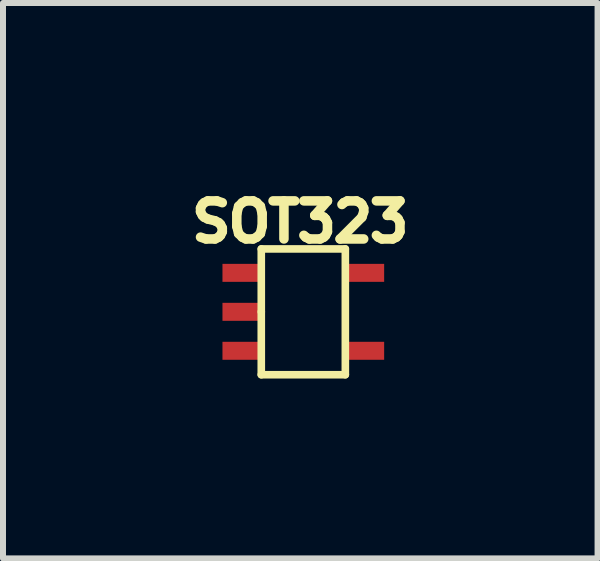
<source format=kicad_pcb>
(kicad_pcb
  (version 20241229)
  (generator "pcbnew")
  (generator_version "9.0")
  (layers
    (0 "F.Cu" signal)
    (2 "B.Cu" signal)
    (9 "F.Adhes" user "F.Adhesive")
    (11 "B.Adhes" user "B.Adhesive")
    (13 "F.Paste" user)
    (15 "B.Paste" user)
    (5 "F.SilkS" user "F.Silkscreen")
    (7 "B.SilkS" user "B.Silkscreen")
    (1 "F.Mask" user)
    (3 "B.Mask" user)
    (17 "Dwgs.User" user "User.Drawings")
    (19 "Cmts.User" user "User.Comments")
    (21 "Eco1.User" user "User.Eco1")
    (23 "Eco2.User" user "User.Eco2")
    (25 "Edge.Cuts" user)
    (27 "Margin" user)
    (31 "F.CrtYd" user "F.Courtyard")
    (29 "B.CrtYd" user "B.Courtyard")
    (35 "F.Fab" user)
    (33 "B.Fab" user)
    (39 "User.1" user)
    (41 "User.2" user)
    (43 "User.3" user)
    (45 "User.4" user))
  (footprint "SOT323"
    (layer "F.Cu")
    (at 2.009 2.151)
    (property "Reference" "SOT323" (at -0.051 -1.501 0) (layer "F.SilkS") (effects (font (size 0.635 0.635) (thickness 0.16))))
    (attr through_hole)
    (fp_line (start -0.701 -1.049) (end 0.701 -1.049) (stroke (width 0.127) (type solid)) (layer "F.SilkS"))
    (fp_line (start -0.701 0) (end -0.701 -1.049) (stroke (width 0.127) (type solid)) (layer "F.SilkS"))
    (fp_line (start -0.701 1.049) (end -0.701 0) (stroke (width 0.127) (type solid)) (layer "F.SilkS"))
    (fp_line (start 0.701 -1.049) (end 0.701 1.049) (stroke (width 0.127) (type solid)) (layer "F.SilkS"))
    (fp_line (start 0.701 1.049) (end -0.701 1.049) (stroke (width 0.127) (type solid)) (layer "F.SilkS"))
    (pad "1" smd rect (at -1.049 -0.65) (size 0.599 0.3) (layers "F.Cu" "F.Mask" "F.Paste"))
    (pad "2" smd rect (at -1.049 0) (size 0.599 0.3) (layers "F.Cu" "F.Mask" "F.Paste"))
    (pad "3" smd rect (at -1.049 0.65) (size 0.599 0.3) (layers "F.Cu" "F.Mask" "F.Paste"))
    (pad "4" smd rect (at 1.049 0.65) (size 0.599 0.3) (layers "F.Cu" "F.Mask" "F.Paste"))
    (pad "5" smd rect (at 1.049 -0.65) (size 0.599 0.3) (layers "F.Cu" "F.Mask" "F.Paste")))
  (gr_rect
    (start -3 -3)
    (end 6.917 6.264)
    (stroke (width 0.1) (type default))
    (fill no)
    (layer "Edge.Cuts")))
</source>
